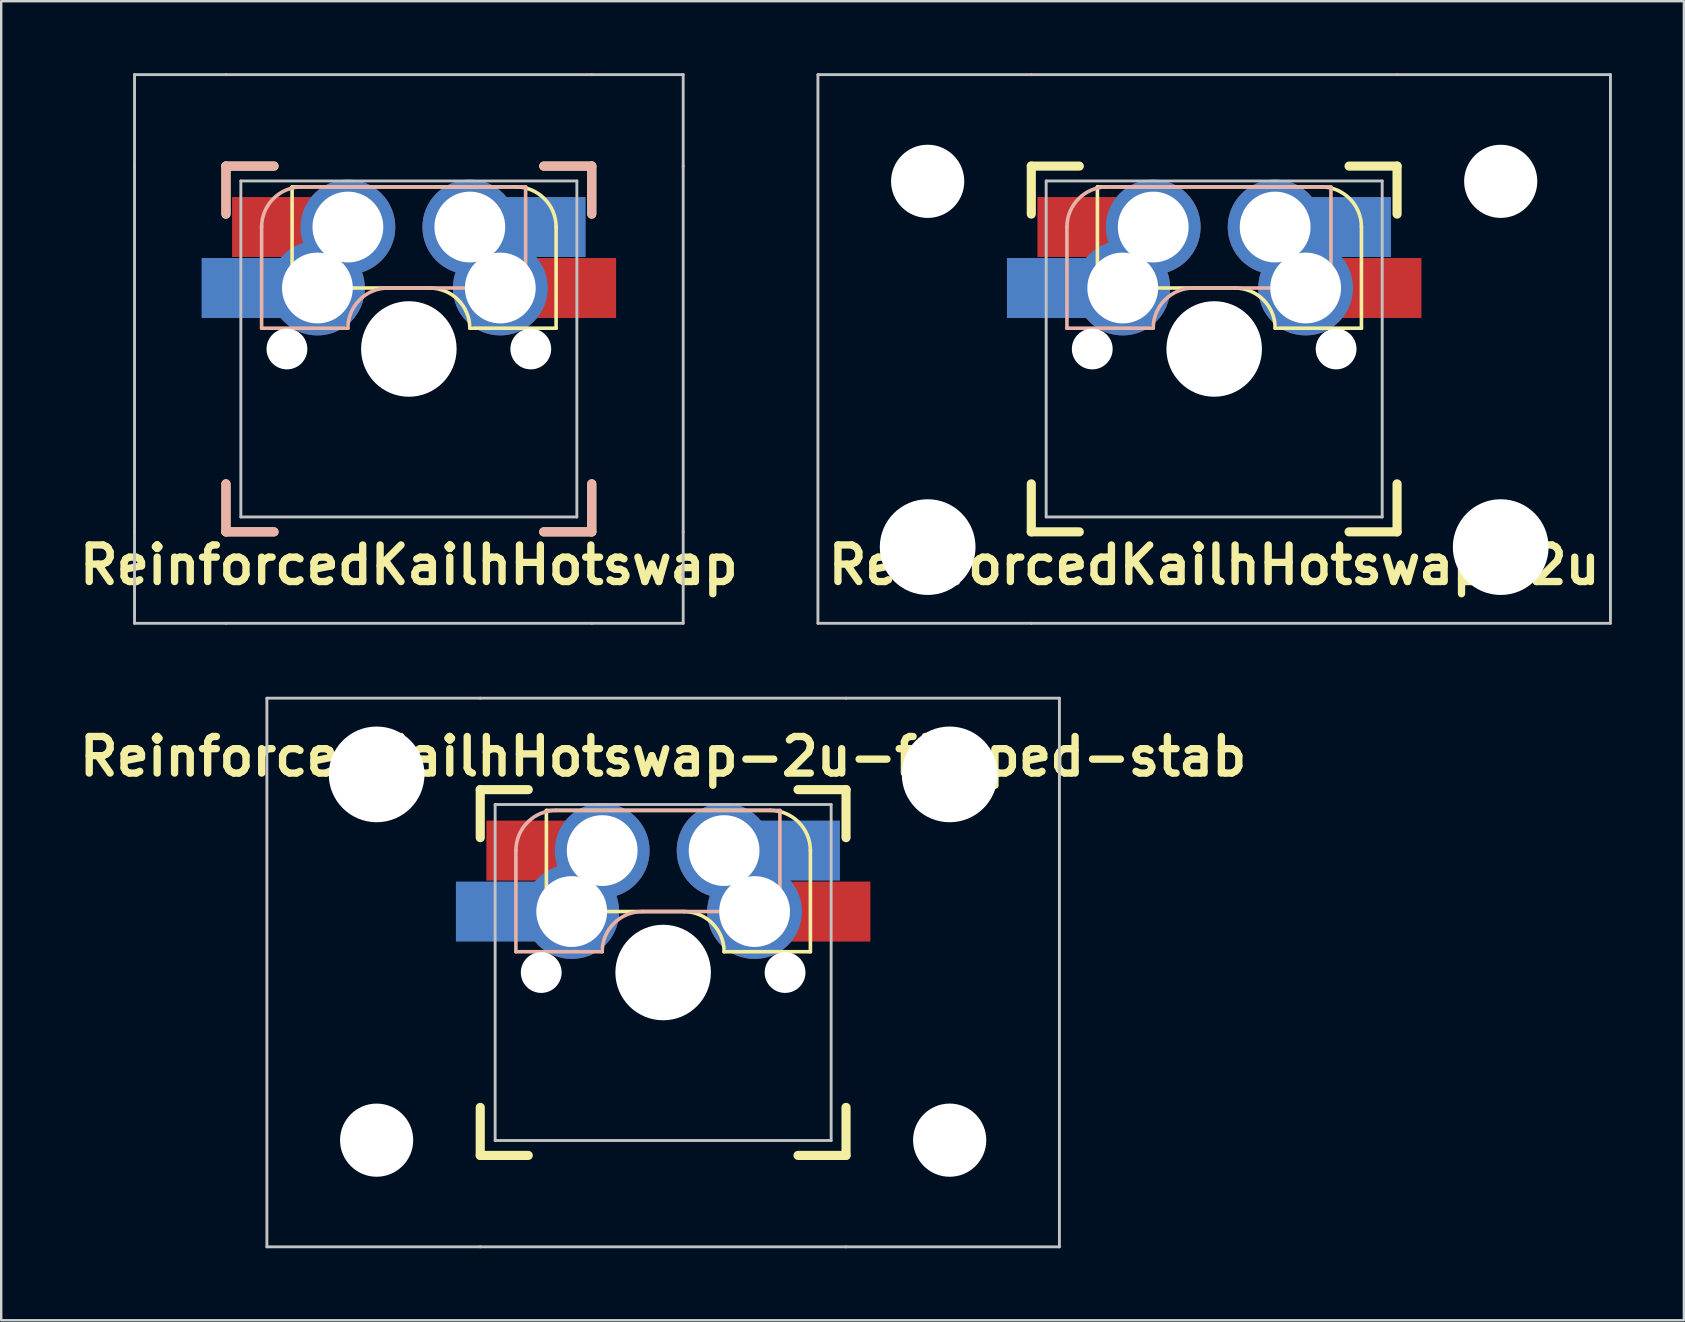
<source format=kicad_pcb>
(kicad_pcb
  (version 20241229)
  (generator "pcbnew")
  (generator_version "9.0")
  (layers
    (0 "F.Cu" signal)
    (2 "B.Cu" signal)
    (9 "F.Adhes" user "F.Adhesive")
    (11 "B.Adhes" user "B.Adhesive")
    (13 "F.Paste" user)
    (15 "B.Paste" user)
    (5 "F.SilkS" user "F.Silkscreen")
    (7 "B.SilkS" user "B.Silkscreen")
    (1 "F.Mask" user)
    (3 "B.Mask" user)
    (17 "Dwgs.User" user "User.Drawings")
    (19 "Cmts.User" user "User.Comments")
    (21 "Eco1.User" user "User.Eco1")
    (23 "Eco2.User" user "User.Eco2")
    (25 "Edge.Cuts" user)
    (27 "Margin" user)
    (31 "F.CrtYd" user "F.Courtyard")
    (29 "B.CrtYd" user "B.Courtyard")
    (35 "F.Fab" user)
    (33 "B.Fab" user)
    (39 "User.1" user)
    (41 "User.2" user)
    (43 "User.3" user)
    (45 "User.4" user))
  (footprint "ReinforcedKailhHotswap"
    (layer "F.Cu")
    (at 13.985 11.49)
    (property "Reference" "ReinforcedKailhHotswap" (at 0 9 0) (layer "F.SilkS") (effects (font (size 1.524 1.524) (thickness 0.305))))
    (attr through_hole)
    (fp_line (start -7.62 -7.62) (end -5.62 -7.62) (stroke (width 0.381) (type solid)) (layer "F.SilkS"))
    (fp_line (start -7.62 -5.62) (end -7.62 -7.62) (stroke (width 0.381) (type solid)) (layer "F.SilkS"))
    (fp_line (start -7.62 5.62) (end -7.62 7.62) (stroke (width 0.381) (type solid)) (layer "F.SilkS"))
    (fp_line (start -7.62 7.62) (end -5.62 7.62) (stroke (width 0.381) (type solid)) (layer "F.SilkS"))
    (fp_line (start -4.865 -6.75) (end -4.865 -2.54) (stroke (width 0.15) (type solid)) (layer "F.SilkS"))
    (fp_line (start 0.865 -2.54) (end -4.865 -2.54) (stroke (width 0.15) (type solid)) (layer "F.SilkS"))
    (fp_line (start 4.46 -6.755) (end -4.865 -6.755) (stroke (width 0.15) (type solid)) (layer "F.SilkS"))
    (fp_line (start 5.62 -7.62) (end 7.62 -7.62) (stroke (width 0.381) (type solid)) (layer "F.SilkS"))
    (fp_line (start 5.62 7.62) (end 7.62 7.62) (stroke (width 0.381) (type solid)) (layer "F.SilkS"))
    (fp_line (start 6.135 -5.08) (end 6.135 -0.865) (stroke (width 0.15) (type solid)) (layer "F.SilkS"))
    (fp_line (start 6.135 -0.865) (end 2.54 -0.865) (stroke (width 0.15) (type solid)) (layer "F.SilkS"))
    (fp_line (start 7.62 -7.62) (end 7.62 -5.62) (stroke (width 0.381) (type solid)) (layer "F.SilkS"))
    (fp_line (start 7.62 5.62) (end 7.62 7.62) (stroke (width 0.381) (type solid)) (layer "F.SilkS"))
    (fp_arc (start 0.865 -2.54) (mid 2.049404 -2.049404) (end 2.54 -0.865) (stroke (width 0.15) (type solid)) (layer "F.SilkS"))
    (fp_arc (start 4.46 -6.755) (mid 5.644404 -6.264404) (end 6.135 -5.08) (stroke (width 0.15) (type solid)) (layer "F.SilkS"))
    (fp_line (start -7.62 -7.62) (end -5.62 -7.62) (stroke (width 0.381) (type solid)) (layer "B.SilkS"))
    (fp_line (start -7.62 -5.62) (end -7.62 -7.62) (stroke (width 0.381) (type solid)) (layer "B.SilkS"))
    (fp_line (start -7.62 5.62) (end -7.62 7.62) (stroke (width 0.381) (type solid)) (layer "B.SilkS"))
    (fp_line (start -7.62 7.62) (end -5.62 7.62) (stroke (width 0.381) (type solid)) (layer "B.SilkS"))
    (fp_line (start -6.135 -5.08) (end -6.135 -0.865) (stroke (width 0.15) (type solid)) (layer "B.SilkS"))
    (fp_line (start -6.135 -0.865) (end -2.54 -0.865) (stroke (width 0.15) (type solid)) (layer "B.SilkS"))
    (fp_line (start -4.46 -6.755) (end 4.865 -6.755) (stroke (width 0.15) (type solid)) (layer "B.SilkS"))
    (fp_line (start -0.865 -2.54) (end 4.865 -2.54) (stroke (width 0.15) (type solid)) (layer "B.SilkS"))
    (fp_line (start 4.865 -6.75) (end 4.865 -2.54) (stroke (width 0.15) (type solid)) (layer "B.SilkS"))
    (fp_line (start 5.62 -7.62) (end 7.62 -7.62) (stroke (width 0.381) (type solid)) (layer "B.SilkS"))
    (fp_line (start 5.62 7.62) (end 7.62 7.62) (stroke (width 0.381) (type solid)) (layer "B.SilkS"))
    (fp_line (start 7.62 -5.62) (end 7.62 -7.62) (stroke (width 0.381) (type solid)) (layer "B.SilkS"))
    (fp_line (start 7.62 7.62) (end 7.62 5.62) (stroke (width 0.381) (type solid)) (layer "B.SilkS"))
    (fp_arc (start -6.135 -5.08) (mid -5.644404 -6.264404) (end -4.46 -6.755) (stroke (width 0.15) (type solid)) (layer "B.SilkS"))
    (fp_arc (start -2.54 -0.865) (mid -2.049404 -2.049404) (end -0.865 -2.54) (stroke (width 0.15) (type solid)) (layer "B.SilkS"))
    (fp_line (start -11.43 -11.43) (end -11.43 -7.62) (stroke (width 0.12) (type solid)) (layer "Dwgs.User"))
    (fp_line (start -11.43 7.62) (end -11.43 -7.62) (stroke (width 0.12) (type solid)) (layer "Dwgs.User"))
    (fp_line (start -11.43 11.43) (end -11.43 7.62) (stroke (width 0.12) (type solid)) (layer "Dwgs.User"))
    (fp_line (start -7.62 -11.43) (end -11.43 -11.43) (stroke (width 0.12) (type solid)) (layer "Dwgs.User"))
    (fp_line (start -7.62 -11.43) (end 7.62 -11.43) (stroke (width 0.12) (type solid)) (layer "Dwgs.User"))
    (fp_line (start -7.62 11.43) (end -11.43 11.43) (stroke (width 0.12) (type solid)) (layer "Dwgs.User"))
    (fp_line (start -7.62 11.43) (end 7.62 11.43) (stroke (width 0.12) (type solid)) (layer "Dwgs.User"))
    (fp_line (start -7 -7) (end -7 7) (stroke (width 0.12) (type solid)) (layer "Dwgs.User"))
    (fp_line (start -7 -7) (end 7 -7) (stroke (width 0.12) (type solid)) (layer "Dwgs.User"))
    (fp_line (start -7 7) (end 7 7) (stroke (width 0.12) (type solid)) (layer "Dwgs.User"))
    (fp_line (start 7 7) (end 7 -7) (stroke (width 0.12) (type solid)) (layer "Dwgs.User"))
    (fp_line (start 7.62 -11.43) (end 11.43 -11.43) (stroke (width 0.12) (type solid)) (layer "Dwgs.User"))
    (fp_line (start 11.43 -11.43) (end 11.43 -7.62) (stroke (width 0.12) (type solid)) (layer "Dwgs.User"))
    (fp_line (start 11.43 7.62) (end 11.43 -7.62) (stroke (width 0.12) (type solid)) (layer "Dwgs.User"))
    (fp_line (start 11.43 7.62) (end 11.43 11.43) (stroke (width 0.12) (type solid)) (layer "Dwgs.User"))
    (fp_line (start 11.43 11.43) (end 7.62 11.43) (stroke (width 0.12) (type solid)) (layer "Dwgs.User"))
    (pad "" np_thru_hole circle (at -5.08 0) (size 1.7 1.7) (drill 1.7) (layers "*.Cu" "*.Mask"))
    (pad "" np_thru_hole circle (at 0 0) (size 3.98 3.98) (drill 3.98) (layers "*.Cu" "*.Mask"))
    (pad "" np_thru_hole circle (at 5.08 0) (size 1.7 1.7) (drill 1.7) (layers "*.Cu" "*.Mask"))
    (pad "1" smd rect (at -6.86 -2.54) (size 3.55 2.5) (layers "B.Cu" "B.Mask" "B.Paste"))
    (pad "1" smd rect (at -5.59 -5.08) (size 3.55 2.5) (layers "F.Cu" "F.Mask" "F.Paste"))
    (pad "1" thru_hole circle (at -3.81 -2.54) (size 3.95 3.95) (drill 2.95) (layers "*.Cu" "*.Mask"))
    (pad "1" thru_hole circle (at -2.54 -5.08) (size 3.95 3.95) (drill 2.95) (layers "*.Cu" "*.Mask"))
    (pad "2" thru_hole circle (at 2.54 -5.08) (size 3.95 3.95) (drill 2.95) (layers "*.Cu" "*.Mask"))
    (pad "2" thru_hole circle (at 3.81 -2.54) (size 3.95 3.95) (drill 2.95) (layers "*.Cu" "*.Mask"))
    (pad "2" smd rect (at 5.59 -5.08) (size 3.55 2.5) (layers "B.Cu" "B.Mask" "B.Paste"))
    (pad "2" smd rect (at 6.86 -2.54) (size 3.55 2.5) (layers "F.Cu" "F.Mask" "F.Paste")))
  (footprint "ReinforcedKailhHotswap-2u"
    (layer "F.Cu")
    (at 47.539 11.49)
    (property "Reference" "ReinforcedKailhHotswap-2u" (at 0 9 0) (layer "F.SilkS") (effects (font (size 1.524 1.524) (thickness 0.305))))
    (attr through_hole)
    (fp_line (start -7.62 -7.62) (end -5.62 -7.62) (stroke (width 0.381) (type solid)) (layer "F.SilkS"))
    (fp_line (start -7.62 -5.62) (end -7.62 -7.62) (stroke (width 0.381) (type solid)) (layer "F.SilkS"))
    (fp_line (start -7.62 5.62) (end -7.62 7.62) (stroke (width 0.381) (type solid)) (layer "F.SilkS"))
    (fp_line (start -7.62 7.62) (end -5.62 7.62) (stroke (width 0.381) (type solid)) (layer "F.SilkS"))
    (fp_line (start -4.865 -6.75) (end -4.865 -2.54) (stroke (width 0.15) (type solid)) (layer "F.SilkS"))
    (fp_line (start 0.865 -2.54) (end -4.865 -2.54) (stroke (width 0.15) (type solid)) (layer "F.SilkS"))
    (fp_line (start 4.46 -6.755) (end -4.865 -6.755) (stroke (width 0.15) (type solid)) (layer "F.SilkS"))
    (fp_line (start 5.62 -7.62) (end 7.62 -7.62) (stroke (width 0.381) (type solid)) (layer "F.SilkS"))
    (fp_line (start 5.62 7.62) (end 7.62 7.62) (stroke (width 0.381) (type solid)) (layer "F.SilkS"))
    (fp_line (start 6.135 -5.08) (end 6.135 -0.865) (stroke (width 0.15) (type solid)) (layer "F.SilkS"))
    (fp_line (start 6.135 -0.865) (end 2.54 -0.865) (stroke (width 0.15) (type solid)) (layer "F.SilkS"))
    (fp_line (start 7.62 -7.62) (end 7.62 -5.62) (stroke (width 0.381) (type solid)) (layer "F.SilkS"))
    (fp_line (start 7.62 5.62) (end 7.62 7.62) (stroke (width 0.381) (type solid)) (layer "F.SilkS"))
    (fp_arc (start 0.865 -2.54) (mid 2.049404 -2.049404) (end 2.54 -0.865) (stroke (width 0.15) (type solid)) (layer "F.SilkS"))
    (fp_arc (start 4.46 -6.755) (mid 5.644404 -6.264404) (end 6.135 -5.08) (stroke (width 0.15) (type solid)) (layer "F.SilkS"))
    (fp_line (start -6.135 -5.08) (end -6.135 -0.865) (stroke (width 0.15) (type solid)) (layer "B.SilkS"))
    (fp_line (start -6.135 -0.865) (end -2.54 -0.865) (stroke (width 0.15) (type solid)) (layer "B.SilkS"))
    (fp_line (start -4.46 -6.755) (end 4.865 -6.755) (stroke (width 0.15) (type solid)) (layer "B.SilkS"))
    (fp_line (start -0.865 -2.54) (end 4.865 -2.54) (stroke (width 0.15) (type solid)) (layer "B.SilkS"))
    (fp_line (start 4.865 -6.75) (end 4.865 -2.54) (stroke (width 0.15) (type solid)) (layer "B.SilkS"))
    (fp_arc (start -6.135 -5.08) (mid -5.644404 -6.264404) (end -4.46 -6.755) (stroke (width 0.15) (type solid)) (layer "B.SilkS"))
    (fp_arc (start -2.54 -0.865) (mid -2.049404 -2.049404) (end -0.865 -2.54) (stroke (width 0.15) (type solid)) (layer "B.SilkS"))
    (fp_line (start -16.51 11.43) (end -16.51 -11.43) (stroke (width 0.12) (type solid)) (layer "Dwgs.User"))
    (fp_line (start -7.62 -11.43) (end -16.51 -11.43) (stroke (width 0.12) (type solid)) (layer "Dwgs.User"))
    (fp_line (start -7.62 -11.43) (end 7.62 -11.43) (stroke (width 0.12) (type solid)) (layer "Dwgs.User"))
    (fp_line (start -7.62 11.43) (end -16.51 11.43) (stroke (width 0.12) (type solid)) (layer "Dwgs.User"))
    (fp_line (start -7 -7) (end -7 7) (stroke (width 0.12) (type solid)) (layer "Dwgs.User"))
    (fp_line (start -7 -7) (end 7 -7) (stroke (width 0.12) (type solid)) (layer "Dwgs.User"))
    (fp_line (start -7 7) (end 7 7) (stroke (width 0.12) (type solid)) (layer "Dwgs.User"))
    (fp_line (start 7 7) (end 7 -7) (stroke (width 0.12) (type solid)) (layer "Dwgs.User"))
    (fp_line (start 7.62 -11.43) (end 16.51 -11.43) (stroke (width 0.12) (type solid)) (layer "Dwgs.User"))
    (fp_line (start 16.51 -11.43) (end 16.51 11.43) (stroke (width 0.12) (type solid)) (layer "Dwgs.User"))
    (fp_line (start 16.51 11.43) (end -7.62 11.43) (stroke (width 0.12) (type solid)) (layer "Dwgs.User"))
    (pad "" np_thru_hole circle (at -11.938 -6.985) (size 3.05 3.05) (drill 3.05) (layers "*.Cu" "*.Mask"))
    (pad "" np_thru_hole circle (at -11.938 8.255) (size 3.988 3.988) (drill 3.988) (layers "*.Cu" "*.Mask"))
    (pad "" np_thru_hole circle (at -5.08 0) (size 1.7 1.7) (drill 1.7) (layers "*.Cu" "*.Mask"))
    (pad "" np_thru_hole circle (at 0 0) (size 3.98 3.98) (drill 3.98) (layers "*.Cu" "*.Mask"))
    (pad "" np_thru_hole circle (at 5.08 0) (size 1.7 1.7) (drill 1.7) (layers "*.Cu" "*.Mask"))
    (pad "" np_thru_hole circle (at 11.938 -6.985) (size 3.048 3.048) (drill 3.048) (layers "*.Cu" "*.Mask"))
    (pad "" np_thru_hole circle (at 11.938 8.255) (size 3.988 3.988) (drill 3.988) (layers "*.Cu" "*.Mask"))
    (pad "1" smd rect (at -6.86 -2.54) (size 3.55 2.5) (layers "B.Cu" "B.Mask" "B.Paste"))
    (pad "1" smd rect (at -5.59 -5.08) (size 3.55 2.5) (layers "F.Cu" "F.Mask" "F.Paste"))
    (pad "1" thru_hole circle (at -3.81 -2.54) (size 3.95 3.95) (drill 2.95) (layers "*.Cu" "*.Mask"))
    (pad "1" thru_hole circle (at -2.54 -5.08) (size 3.95 3.95) (drill 2.95) (layers "*.Cu" "*.Mask"))
    (pad "2" thru_hole circle (at 2.54 -5.08) (size 3.95 3.95) (drill 2.95) (layers "*.Cu" "*.Mask"))
    (pad "2" thru_hole circle (at 3.81 -2.54) (size 3.95 3.95) (drill 2.95) (layers "*.Cu" "*.Mask"))
    (pad "2" smd rect (at 5.59 -5.08) (size 3.55 2.5) (layers "B.Cu" "B.Mask" "B.Paste"))
    (pad "2" smd rect (at 6.86 -2.54) (size 3.55 2.5) (layers "F.Cu" "F.Mask" "F.Paste")))
  (footprint "ReinforcedKailhHotswap-2u-flipped-stab"
    (layer "F.Cu")
    (at 24.58 37.47)
    (property "Reference" "ReinforcedKailhHotswap-2u-flipped-stab" (at 0 -9 180) (layer "F.SilkS") (effects (font (size 1.524 1.524) (thickness 0.305))))
    (attr through_hole)
    (fp_line (start -7.62 -7.62) (end -5.62 -7.62) (stroke (width 0.381) (type solid)) (layer "F.SilkS"))
    (fp_line (start -7.62 -5.62) (end -7.62 -7.62) (stroke (width 0.381) (type solid)) (layer "F.SilkS"))
    (fp_line (start -7.62 5.62) (end -7.62 7.62) (stroke (width 0.381) (type solid)) (layer "F.SilkS"))
    (fp_line (start -7.62 7.62) (end -5.62 7.62) (stroke (width 0.381) (type solid)) (layer "F.SilkS"))
    (fp_line (start -4.865 -6.75) (end -4.865 -2.54) (stroke (width 0.15) (type solid)) (layer "F.SilkS"))
    (fp_line (start 0.865 -2.54) (end -4.865 -2.54) (stroke (width 0.15) (type solid)) (layer "F.SilkS"))
    (fp_line (start 4.46 -6.755) (end -4.865 -6.755) (stroke (width 0.15) (type solid)) (layer "F.SilkS"))
    (fp_line (start 5.62 -7.62) (end 7.62 -7.62) (stroke (width 0.381) (type solid)) (layer "F.SilkS"))
    (fp_line (start 5.62 7.62) (end 7.62 7.62) (stroke (width 0.381) (type solid)) (layer "F.SilkS"))
    (fp_line (start 6.135 -5.08) (end 6.135 -0.865) (stroke (width 0.15) (type solid)) (layer "F.SilkS"))
    (fp_line (start 6.135 -0.865) (end 2.54 -0.865) (stroke (width 0.15) (type solid)) (layer "F.SilkS"))
    (fp_line (start 7.62 -7.62) (end 7.62 -5.62) (stroke (width 0.381) (type solid)) (layer "F.SilkS"))
    (fp_line (start 7.62 5.62) (end 7.62 7.62) (stroke (width 0.381) (type solid)) (layer "F.SilkS"))
    (fp_arc (start 0.865 -2.54) (mid 2.049404 -2.049404) (end 2.54 -0.865) (stroke (width 0.15) (type solid)) (layer "F.SilkS"))
    (fp_arc (start 4.46 -6.755) (mid 5.644404 -6.264404) (end 6.135 -5.08) (stroke (width 0.15) (type solid)) (layer "F.SilkS"))
    (fp_line (start -6.135 -5.08) (end -6.135 -0.865) (stroke (width 0.15) (type solid)) (layer "B.SilkS"))
    (fp_line (start -6.135 -0.865) (end -2.54 -0.865) (stroke (width 0.15) (type solid)) (layer "B.SilkS"))
    (fp_line (start -4.46 -6.755) (end 4.865 -6.755) (stroke (width 0.15) (type solid)) (layer "B.SilkS"))
    (fp_line (start -0.865 -2.54) (end 4.865 -2.54) (stroke (width 0.15) (type solid)) (layer "B.SilkS"))
    (fp_line (start 4.865 -6.75) (end 4.865 -2.54) (stroke (width 0.15) (type solid)) (layer "B.SilkS"))
    (fp_arc (start -6.135 -5.08) (mid -5.644404 -6.264404) (end -4.46 -6.755) (stroke (width 0.15) (type solid)) (layer "B.SilkS"))
    (fp_arc (start -2.54 -0.865) (mid -2.049404 -2.049404) (end -0.865 -2.54) (stroke (width 0.15) (type solid)) (layer "B.SilkS"))
    (fp_line (start -16.51 -11.43) (end -16.51 11.43) (stroke (width 0.12) (type solid)) (layer "Dwgs.User"))
    (fp_line (start -16.51 11.43) (end -7.62 11.43) (stroke (width 0.12) (type solid)) (layer "Dwgs.User"))
    (fp_line (start -7.62 -11.43) (end -16.51 -11.43) (stroke (width 0.12) (type solid)) (layer "Dwgs.User"))
    (fp_line (start -7.62 11.43) (end 7.62 11.43) (stroke (width 0.12) (type solid)) (layer "Dwgs.User"))
    (fp_line (start -7 -7) (end -7 7) (stroke (width 0.12) (type solid)) (layer "Dwgs.User"))
    (fp_line (start -7 -7) (end 7 -7) (stroke (width 0.12) (type solid)) (layer "Dwgs.User"))
    (fp_line (start -7 7) (end 7 7) (stroke (width 0.12) (type solid)) (layer "Dwgs.User"))
    (fp_line (start 7 7) (end 7 -7) (stroke (width 0.12) (type solid)) (layer "Dwgs.User"))
    (fp_line (start 7.62 -11.43) (end -7.62 -11.43) (stroke (width 0.12) (type solid)) (layer "Dwgs.User"))
    (fp_line (start 7.62 -11.43) (end 16.51 -11.43) (stroke (width 0.12) (type solid)) (layer "Dwgs.User"))
    (fp_line (start 16.51 -11.43) (end 16.51 11.43) (stroke (width 0.12) (type solid)) (layer "Dwgs.User"))
    (fp_line (start 16.51 11.43) (end 7.62 11.43) (stroke (width 0.12) (type solid)) (layer "Dwgs.User"))
    (pad "" np_thru_hole circle (at -11.938 -8.255 180) (size 3.988 3.988) (drill 3.988) (layers "*.Cu" "*.Mask"))
    (pad "" np_thru_hole circle (at -11.938 6.985 180) (size 3.048 3.048) (drill 3.048) (layers "*.Cu" "*.Mask"))
    (pad "" np_thru_hole circle (at -5.08 0) (size 1.7 1.7) (drill 1.7) (layers "*.Cu" "*.Mask"))
    (pad "" np_thru_hole circle (at 0 0) (size 3.98 3.98) (drill 3.98) (layers "*.Cu" "*.Mask"))
    (pad "" np_thru_hole circle (at 5.08 0) (size 1.7 1.7) (drill 1.7) (layers "*.Cu" "*.Mask"))
    (pad "" np_thru_hole circle (at 11.938 -8.255 180) (size 3.988 3.988) (drill 3.988) (layers "*.Cu" "*.Mask"))
    (pad "" np_thru_hole circle (at 11.938 6.985 180) (size 3.05 3.05) (drill 3.05) (layers "*.Cu" "*.Mask"))
    (pad "1" smd rect (at -6.86 -2.54) (size 3.55 2.5) (layers "B.Cu" "B.Mask" "B.Paste"))
    (pad "1" smd rect (at -5.59 -5.08) (size 3.55 2.5) (layers "F.Cu" "F.Mask" "F.Paste"))
    (pad "1" thru_hole circle (at -3.81 -2.54) (size 3.95 3.95) (drill 2.95) (layers "*.Cu" "*.Mask"))
    (pad "1" thru_hole circle (at -2.54 -5.08) (size 3.95 3.95) (drill 2.95) (layers "*.Cu" "*.Mask"))
    (pad "2" thru_hole circle (at 2.54 -5.08) (size 3.95 3.95) (drill 2.95) (layers "*.Cu" "*.Mask"))
    (pad "2" thru_hole circle (at 3.81 -2.54) (size 3.95 3.95) (drill 2.95) (layers "*.Cu" "*.Mask"))
    (pad "2" smd rect (at 5.59 -5.08) (size 3.55 2.5) (layers "B.Cu" "B.Mask" "B.Paste"))
    (pad "2" smd rect (at 6.86 -2.54) (size 3.55 2.5) (layers "F.Cu" "F.Mask" "F.Paste")))
  (gr_rect
    (start -3 -3)
    (end 67.109 51.96)
    (stroke (width 0.1) (type default))
    (fill no)
    (layer "Edge.Cuts")))
</source>
